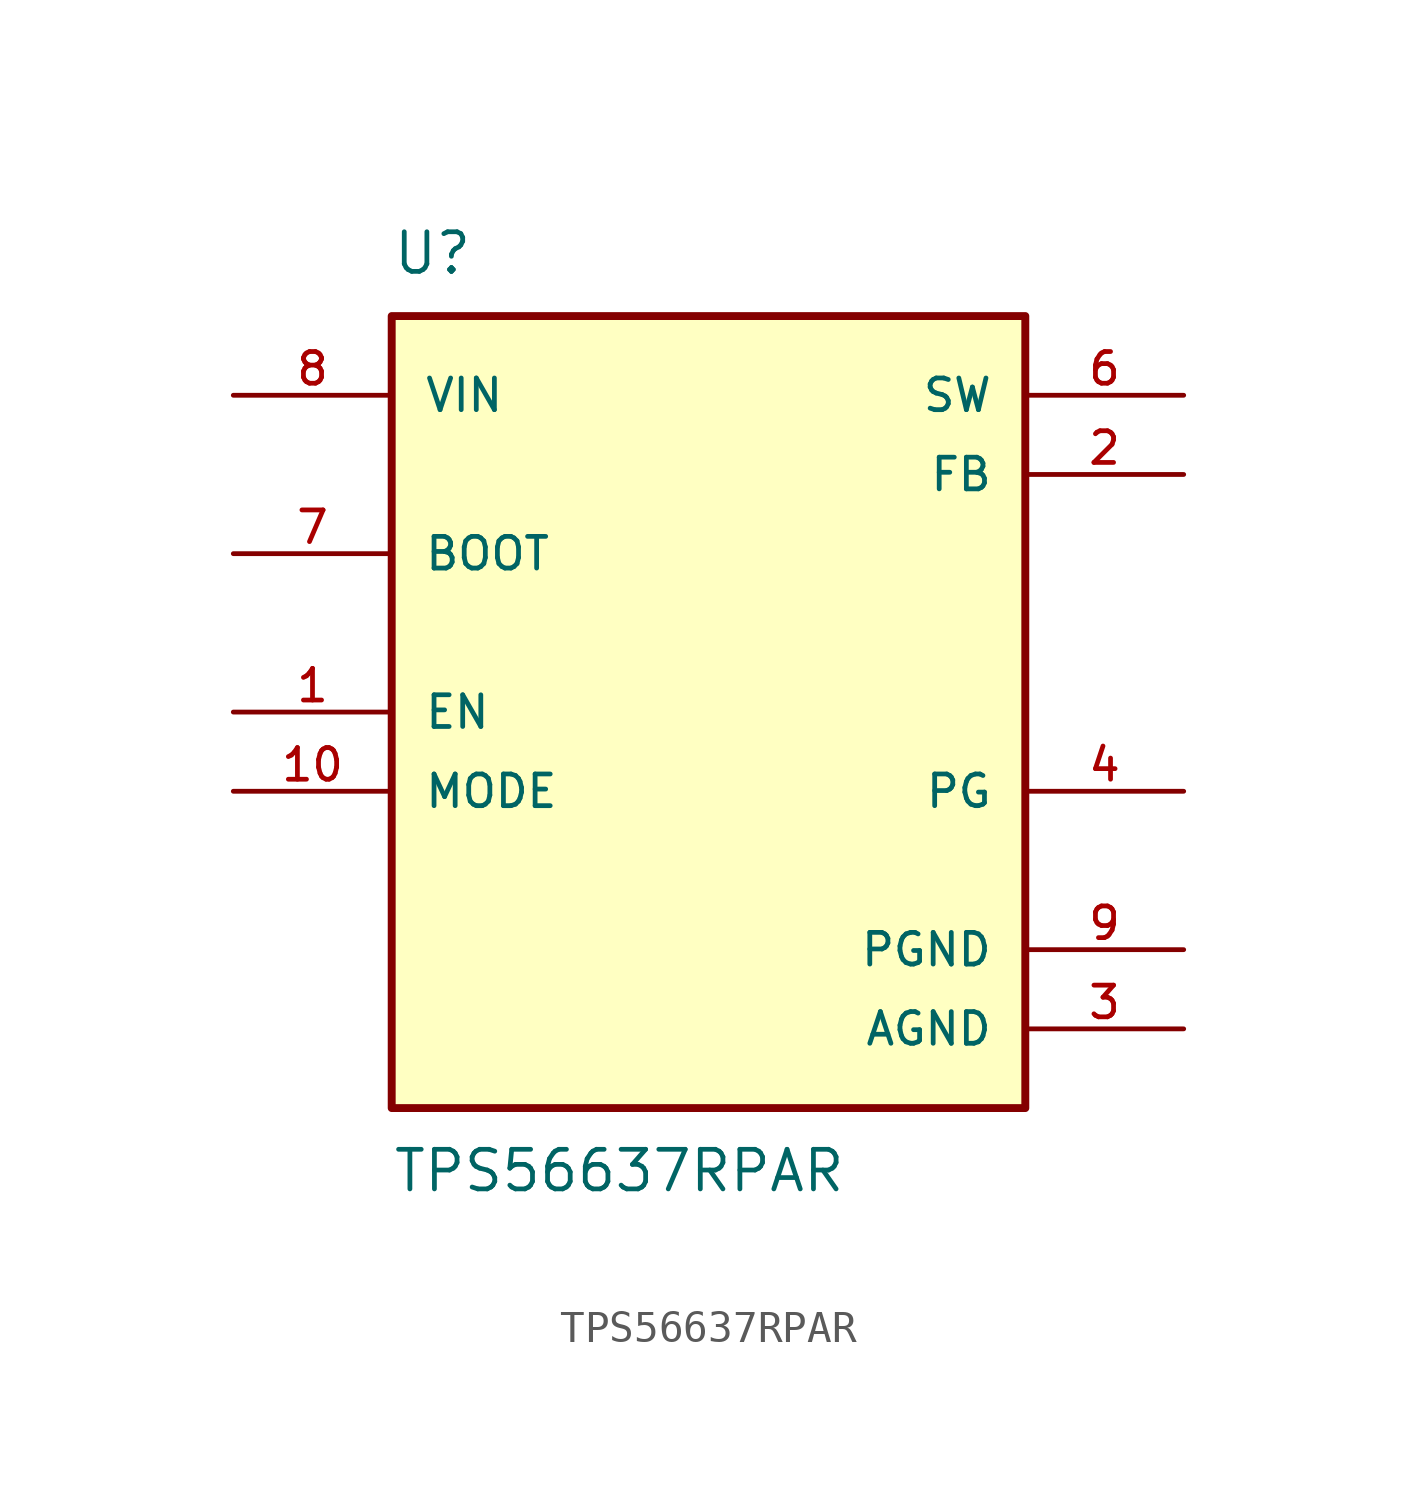
<source format=kicad_sym>
(kicad_symbol_lib
  (version 20211014)
  (generator kicad_symbol_editor)
  (symbol "TPS56637RPAR"
    (pin_names
      (offset 1.016))
    (property "Reference" "U"
      (at -10.16 13.97 0)
      (effects (font (size 1.27 1.27)) (justify bottom left)))
    (property "Value" "TPS56637RPAR"
      (at -10.16 -13.97 0)
      (effects (font (size 1.27 1.27)) (justify top left)))
    (symbol "TPS56637RPAR_0_0"
      (rectangle (start -10.16 -12.7) (end 10.16 12.7) (stroke (width 0.254)) (fill (type background)))
      (pin input line (at -15.24 0.0 0) (length 5.08) (name "EN" (effects (font (size 1.016 1.016)))) (number "1" (effects (font (size 1.016 1.016)))))
      (pin input line (at 15.24 7.62 180.0) (length 5.08) (name "FB" (effects (font (size 1.016 1.016)))) (number "2" (effects (font (size 1.016 1.016)))))
      (pin power_in line (at 15.24 -10.16 180.0) (length 5.08) (name "AGND" (effects (font (size 1.016 1.016)))) (number "3" (effects (font (size 1.016 1.016)))))
      (pin output line (at 15.24 -2.54 180.0) (length 5.08) (name "PG" (effects (font (size 1.016 1.016)))) (number "4" (effects (font (size 1.016 1.016)))))
      (pin output line (at 15.24 10.16 180.0) (length 5.08) (name "SW" (effects (font (size 1.016 1.016)))) (number "6" (effects (font (size 1.016 1.016)))))
      (pin input line (at -15.24 5.08 0) (length 5.08) (name "BOOT" (effects (font (size 1.016 1.016)))) (number "7" (effects (font (size 1.016 1.016)))))
      (pin input line (at -15.24 10.16 0) (length 5.08) (name "VIN" (effects (font (size 1.016 1.016)))) (number "8" (effects (font (size 1.016 1.016)))))
      (pin power_in line (at 15.24 -7.62 180.0) (length 5.08) (name "PGND" (effects (font (size 1.016 1.016)))) (number "9" (effects (font (size 1.016 1.016)))))
      (pin input line (at -15.24 -2.54 0) (length 5.08) (name "MODE" (effects (font (size 1.016 1.016)))) (number "10" (effects (font (size 1.016 1.016))))))))
</source>
